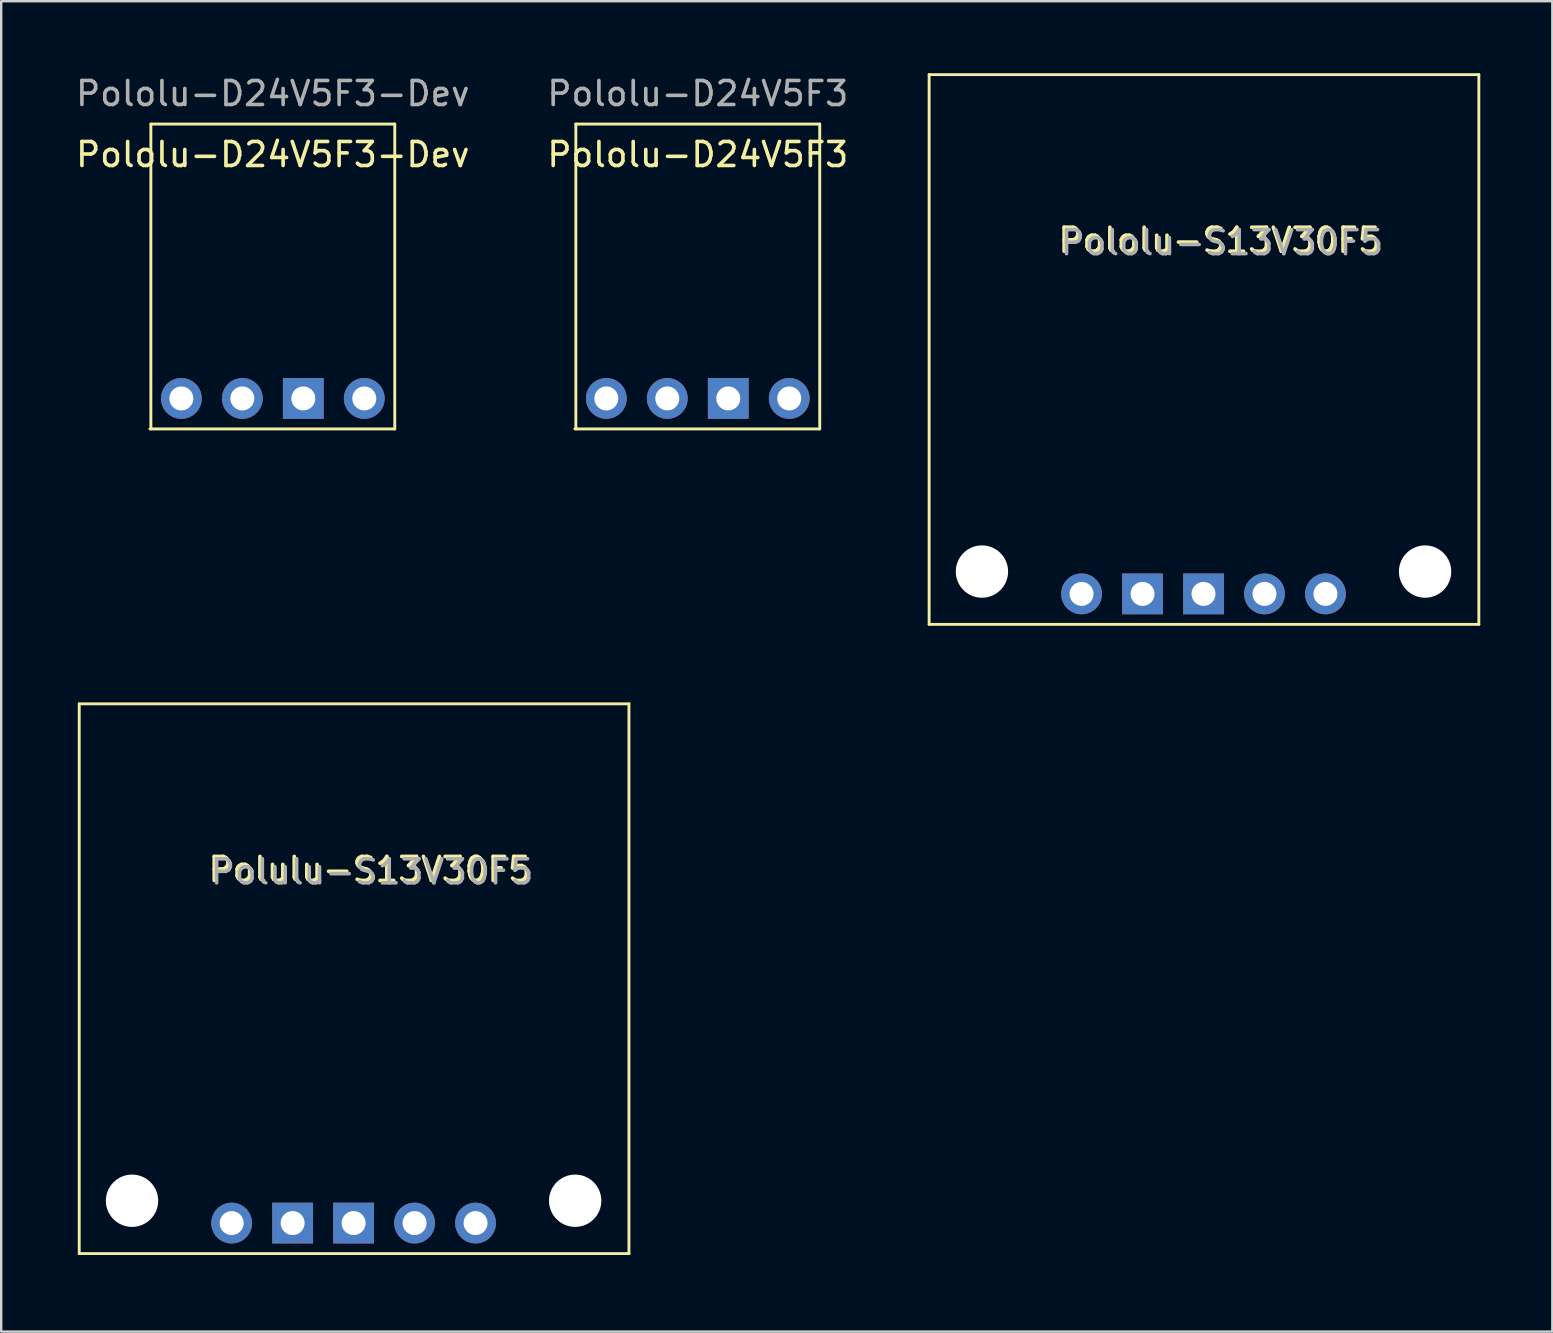
<source format=kicad_pcb>
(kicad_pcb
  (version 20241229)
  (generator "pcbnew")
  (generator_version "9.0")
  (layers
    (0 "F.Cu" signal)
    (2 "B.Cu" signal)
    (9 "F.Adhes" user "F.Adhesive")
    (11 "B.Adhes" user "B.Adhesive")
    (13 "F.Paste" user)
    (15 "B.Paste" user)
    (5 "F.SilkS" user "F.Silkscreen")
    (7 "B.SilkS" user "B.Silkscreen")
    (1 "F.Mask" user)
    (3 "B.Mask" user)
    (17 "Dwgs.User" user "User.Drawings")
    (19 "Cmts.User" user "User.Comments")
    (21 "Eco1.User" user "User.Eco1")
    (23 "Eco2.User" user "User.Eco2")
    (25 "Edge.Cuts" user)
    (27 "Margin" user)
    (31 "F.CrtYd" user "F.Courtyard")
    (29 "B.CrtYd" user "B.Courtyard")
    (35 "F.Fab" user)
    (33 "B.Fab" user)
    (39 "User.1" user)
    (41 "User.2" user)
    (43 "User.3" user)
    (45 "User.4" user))
  (footprint "Pololu-S13V30F5"
    (layer "F.Cu")
    (at 35.655 22.96)
    (property "Reference" "Pololu-S13V30F5" (at 12.1 -16 0) (unlocked yes) (layer "F.SilkS") (effects (font (size 1 1) (thickness 0.15))))
    (attr through_hole)
    (fp_line (start 0 -22.9) (end 0 0) (stroke (width 0.12) (type solid)) (layer "F.SilkS"))
    (fp_line (start 0 0) (end 22.9 0) (stroke (width 0.12) (type solid)) (layer "F.SilkS"))
    (fp_line (start 22.9 -22.9) (end 0 -22.9) (stroke (width 0.12) (type solid)) (layer "F.SilkS"))
    (fp_line (start 22.9 0) (end 22.9 -22.9) (stroke (width 0.12) (type solid)) (layer "F.SilkS"))
    (fp_text user "${REFERENCE}" (at 12.2 -15.9 0) (unlocked yes) (layer "F.Fab") (effects (font (size 1 1) (thickness 0.15))))
    (pad "" np_thru_hole circle (at 2.2 -2.2 90) (size 2.18 2.18) (drill 2.18) (layers "*.Cu" "*.Mask"))
    (pad "" np_thru_hole circle (at 20.66 -2.2 90) (size 2.18 2.18) (drill 2.18) (layers "*.Cu" "*.Mask"))
    (pad "1" thru_hole circle (at 6.35 -1.27) (size 1.7 1.7) (drill 1) (layers "*.Cu" "*.Mask"))
    (pad "2" thru_hole rect (at 8.89 -1.27) (size 1.7 1.7) (drill 1) (layers "*.Cu" "*.Mask"))
    (pad "3" thru_hole rect (at 11.43 -1.27) (size 1.7 1.7) (drill 1) (layers "*.Cu" "*.Mask"))
    (pad "4" thru_hole circle (at 13.97 -1.27) (size 1.7 1.7) (drill 1) (layers "*.Cu" "*.Mask"))
    (pad "5" thru_hole circle (at 16.51 -1.27 90) (size 1.7 1.7) (drill 1) (layers "*.Cu" "*.Mask")))
  (footprint "Pololu-D24V5F3-Dev"
    (layer "F.Cu")
    (at 3.235 14.818)
    (property "Reference" "Pololu-D24V5F3-Dev" (at 5.08 -11.43 0) (unlocked yes) (layer "F.SilkS") (effects (font (size 1 1) (thickness 0.15))))
    (attr through_hole)
    (fp_line (start -0.04 0) (end 10.16 0) (stroke (width 0.12) (type solid)) (layer "F.SilkS"))
    (fp_line (start 0 -12.7) (end 0 0) (stroke (width 0.12) (type solid)) (layer "F.SilkS"))
    (fp_line (start 10.16 -12.7) (end 0 -12.7) (stroke (width 0.12) (type solid)) (layer "F.SilkS"))
    (fp_line (start 10.16 0) (end 10.16 -12.7) (stroke (width 0.12) (type solid)) (layer "F.SilkS"))
    (fp_text user "${REFERENCE}" (at 5.08 -13.97 0) (unlocked yes) (layer "F.Fab") (effects (font (size 1 1) (thickness 0.15))))
    (pad "1" thru_hole circle (at 1.27 -1.27) (size 1.7 1.7) (drill 1) (layers "*.Cu" "*.Mask"))
    (pad "2" thru_hole oval (at 3.81 -1.27) (size 1.7 1.7) (drill 1) (layers "*.Cu" "*.Mask"))
    (pad "3" thru_hole rect (at 6.35 -1.27) (size 1.7 1.7) (drill 1) (layers "*.Cu" "*.Mask"))
    (pad "4" thru_hole circle (at 8.89 -1.27) (size 1.7 1.7) (drill 1) (layers "*.Cu" "*.Mask")))
  (footprint "Polulu-S13V30F5"
    (layer "F.Cu")
    (at 0.25 49.17)
    (property "Reference" "Polulu-S13V30F5" (at 12.1 -16 0) (unlocked yes) (layer "F.SilkS") (effects (font (size 1 1) (thickness 0.15))))
    (attr through_hole)
    (fp_line (start 0 -22.9) (end 0 0) (stroke (width 0.12) (type solid)) (layer "F.SilkS"))
    (fp_line (start 0 0) (end 22.9 0) (stroke (width 0.12) (type solid)) (layer "F.SilkS"))
    (fp_line (start 22.9 -22.9) (end 0 -22.9) (stroke (width 0.12) (type solid)) (layer "F.SilkS"))
    (fp_line (start 22.9 0) (end 22.9 -22.9) (stroke (width 0.12) (type solid)) (layer "F.SilkS"))
    (fp_text user "${REFERENCE}" (at 12.2 -15.9 0) (unlocked yes) (layer "F.Fab") (effects (font (size 1 1) (thickness 0.15))))
    (pad "" np_thru_hole circle (at 2.2 -2.2 90) (size 2.18 2.18) (drill 2.18) (layers "*.Cu" "*.Mask"))
    (pad "" np_thru_hole circle (at 20.66 -2.2 90) (size 2.18 2.18) (drill 2.18) (layers "*.Cu" "*.Mask"))
    (pad "1" thru_hole circle (at 6.35 -1.27) (size 1.7 1.7) (drill 1) (layers "*.Cu" "*.Mask"))
    (pad "2" thru_hole rect (at 8.89 -1.27) (size 1.7 1.7) (drill 1) (layers "*.Cu" "*.Mask"))
    (pad "3" thru_hole rect (at 11.43 -1.27) (size 1.7 1.7) (drill 1) (layers "*.Cu" "*.Mask"))
    (pad "4" thru_hole circle (at 13.97 -1.27) (size 1.7 1.7) (drill 1) (layers "*.Cu" "*.Mask"))
    (pad "5" thru_hole circle (at 16.51 -1.27 90) (size 1.7 1.7) (drill 1) (layers "*.Cu" "*.Mask")))
  (footprint "Pololu-D24V5F3"
    (layer "F.Cu")
    (at 20.938 14.818)
    (property "Reference" "Pololu-D24V5F3" (at 5.08 -11.43 0) (unlocked yes) (layer "F.SilkS") (effects (font (size 1 1) (thickness 0.15))))
    (attr through_hole)
    (fp_line (start -0.04 0) (end 10.16 0) (stroke (width 0.12) (type solid)) (layer "F.SilkS"))
    (fp_line (start 0 -12.7) (end 0 0) (stroke (width 0.12) (type solid)) (layer "F.SilkS"))
    (fp_line (start 10.16 -12.7) (end 0 -12.7) (stroke (width 0.12) (type solid)) (layer "F.SilkS"))
    (fp_line (start 10.16 0) (end 10.16 -12.7) (stroke (width 0.12) (type solid)) (layer "F.SilkS"))
    (fp_text user "${REFERENCE}" (at 5.08 -13.97 0) (unlocked yes) (layer "F.Fab") (effects (font (size 1 1) (thickness 0.15))))
    (pad "1" thru_hole circle (at 1.27 -1.27) (size 1.7 1.7) (drill 1) (layers "*.Cu" "*.Mask"))
    (pad "2" thru_hole oval (at 3.81 -1.27) (size 1.7 1.7) (drill 1) (layers "*.Cu" "*.Mask"))
    (pad "3" thru_hole rect (at 6.35 -1.27) (size 1.7 1.7) (drill 1) (layers "*.Cu" "*.Mask"))
    (pad "4" thru_hole circle (at 8.89 -1.27) (size 1.7 1.7) (drill 1) (layers "*.Cu" "*.Mask")))
  (gr_rect
    (start -3 -3)
    (end 61.615 52.42)
    (stroke (width 0.1) (type default))
    (fill no)
    (layer "Edge.Cuts")))
</source>
